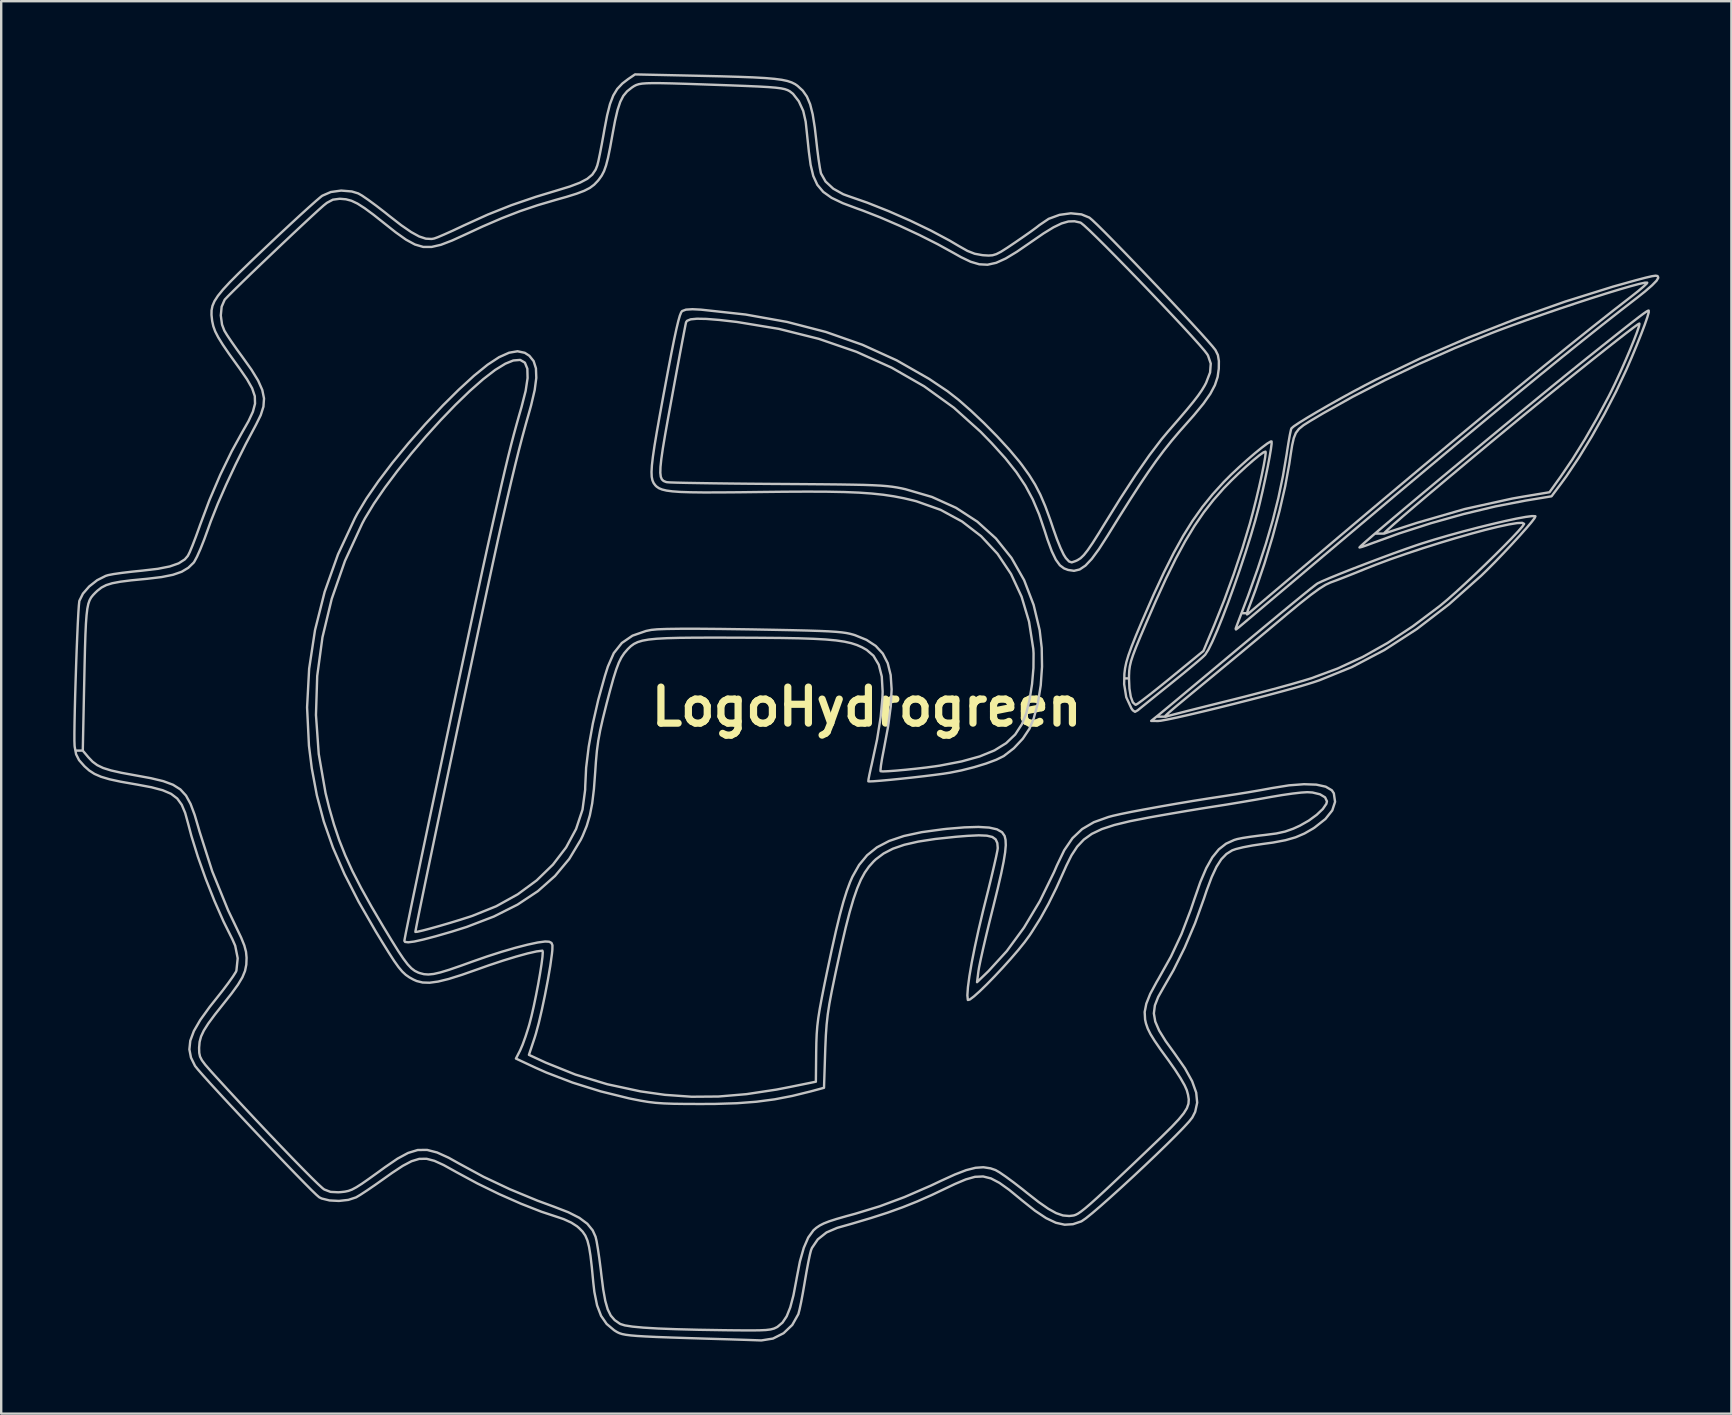
<source format=kicad_pcb>
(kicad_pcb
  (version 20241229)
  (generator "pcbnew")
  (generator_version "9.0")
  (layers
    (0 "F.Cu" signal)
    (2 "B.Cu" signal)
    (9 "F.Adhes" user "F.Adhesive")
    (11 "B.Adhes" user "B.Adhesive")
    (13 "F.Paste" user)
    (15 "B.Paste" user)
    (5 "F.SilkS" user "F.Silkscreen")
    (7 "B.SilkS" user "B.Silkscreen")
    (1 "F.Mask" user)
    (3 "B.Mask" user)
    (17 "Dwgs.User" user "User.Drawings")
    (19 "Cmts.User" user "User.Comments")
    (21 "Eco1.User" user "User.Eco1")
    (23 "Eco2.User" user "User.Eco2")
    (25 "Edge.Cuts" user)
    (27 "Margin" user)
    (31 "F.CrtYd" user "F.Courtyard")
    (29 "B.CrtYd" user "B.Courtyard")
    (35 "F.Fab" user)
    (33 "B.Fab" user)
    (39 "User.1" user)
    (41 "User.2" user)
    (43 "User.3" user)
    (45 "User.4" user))
  (footprint "LogoHydrogreen"
    (layer "F.Cu")
    (at 33.059 26.399)
    (property "Reference" "LogoHydrogreen" (at 0 0 0) (layer "F.SilkS") (effects (font (size 1.5 1.5) (thickness 0.3))))
    (attr board_only exclude_from_pos_files exclude_from_bom)
    (fp_poly (pts (xy 32.583 -16.436) (xy 32.524 -16.231) (xy 32.415 -15.916) (xy 32.263 -15.516) (xy 32.078 -15.053) (xy 31.868 -14.549) (xy 31.656 -14.061) (xy 31.226 -13.145) (xy 30.735 -12.198) (xy 30.21 -11.264) (xy 29.675 -10.387) (xy 29.155 -9.609) (xy 28.942 -9.317) (xy 28.533 -8.771) (xy 27.432 -8.589) (xy 26.196 -8.35) (xy 24.873 -8.033) (xy 23.515 -7.652) (xy 22.177 -7.222) (xy 21.103 -6.832) (xy 20.826 -6.729) (xy 20.623 -6.66) (xy 20.533 -6.639) (xy 20.532 -6.641) (xy 20.595 -6.707) (xy 20.778 -6.871) (xy 21.067 -7.123) (xy 21.177 -7.217) (xy 21.559 -7.217) (xy 21.685 -7.26) (xy 21.94 -7.345) (xy 22.293 -7.46) (xy 22.71 -7.595) (xy 22.913 -7.661) (xy 24.925 -8.243) (xy 26.894 -8.677) (xy 27.347 -8.757) (xy 28.448 -8.94) (xy 28.917 -9.594) (xy 29.404 -10.312) (xy 29.918 -11.138) (xy 30.426 -12.02) (xy 30.899 -12.904) (xy 30.989 -13.081) (xy 31.191 -13.497) (xy 31.401 -13.95) (xy 31.607 -14.413) (xy 31.798 -14.861) (xy 31.964 -15.267) (xy 32.093 -15.603) (xy 32.174 -15.844) (xy 32.196 -15.962) (xy 32.193 -15.968) (xy 32.12 -15.927) (xy 31.929 -15.788) (xy 31.635 -15.564) (xy 31.251 -15.265) (xy 30.791 -14.903) (xy 30.267 -14.487) (xy 29.695 -14.029) (xy 29.087 -13.541) (xy 28.458 -13.032) (xy 27.82 -12.513) (xy 27.187 -11.997) (xy 26.574 -11.492) (xy 25.993 -11.011) (xy 25.951 -10.976) (xy 25.021 -10.201) (xy 24.192 -9.508) (xy 23.47 -8.9) (xy 22.857 -8.38) (xy 22.357 -7.952) (xy 21.974 -7.618) (xy 21.711 -7.383) (xy 21.572 -7.248) (xy 21.559 -7.217) (xy 21.177 -7.217) (xy 21.452 -7.452) (xy 21.919 -7.848) (xy 22.458 -8.302) (xy 23.056 -8.803) (xy 23.701 -9.342) (xy 24.381 -9.909) (xy 25.085 -10.493) (xy 25.799 -11.085) (xy 26.513 -11.675) (xy 27.214 -12.253) (xy 27.891 -12.808) (xy 28.531 -13.332) (xy 29.122 -13.813) (xy 29.653 -14.242) (xy 30.058 -14.567) (xy 30.7 -15.079) (xy 31.222 -15.494) (xy 31.638 -15.823) (xy 31.959 -16.074) (xy 32.198 -16.258) (xy 32.368 -16.384) (xy 32.48 -16.462) (xy 32.548 -16.5) (xy 32.581 -16.51)) (stroke (width 0.1) (type solid)) (fill no) (layer "Dwgs.User"))
    (fp_poly (pts (xy 16.871 -10.959) (xy 16.84 -10.724) (xy 16.781 -10.382) (xy 16.701 -9.96) (xy 16.603 -9.487) (xy 16.495 -8.991) (xy 16.381 -8.502) (xy 16.338 -8.325) (xy 16.186 -7.753) (xy 15.999 -7.115) (xy 15.785 -6.434) (xy 15.553 -5.733) (xy 15.31 -5.034) (xy 15.066 -4.36) (xy 14.827 -3.734) (xy 14.604 -3.18) (xy 14.403 -2.719) (xy 14.233 -2.375) (xy 14.103 -2.171) (xy 13.997 -2.069) (xy 13.782 -1.882) (xy 13.48 -1.629) (xy 13.115 -1.329) (xy 12.711 -1.001) (xy 12.7 -0.992) (xy 12.295 -0.667) (xy 11.929 -0.372) (xy 11.625 -0.126) (xy 11.406 0.051) (xy 11.295 0.142) (xy 11.293 0.144) (xy 11.18 0.208) (xy 11.087 0.145) (xy 11.031 0.066) (xy 10.815 -0.4) (xy 10.727 -0.948) (xy 10.733 -1.185) (xy 10.929 -1.185) (xy 10.947 -0.763) (xy 11.003 -0.42) (xy 11.089 -0.185) (xy 11.197 -0.086) (xy 11.212 -0.085) (xy 11.299 -0.136) (xy 11.496 -0.28) (xy 11.782 -0.5) (xy 12.137 -0.781) (xy 12.539 -1.106) (xy 12.662 -1.206) (xy 14.03 -2.328) (xy 14.491 -3.429) (xy 14.901 -4.455) (xy 15.295 -5.534) (xy 15.655 -6.608) (xy 15.96 -7.621) (xy 16.086 -8.086) (xy 16.226 -8.638) (xy 16.352 -9.17) (xy 16.46 -9.655) (xy 16.545 -10.069) (xy 16.601 -10.386) (xy 16.623 -10.582) (xy 16.617 -10.632) (xy 16.534 -10.603) (xy 16.355 -10.476) (xy 16.106 -10.272) (xy 15.811 -10.013) (xy 15.494 -9.721) (xy 15.18 -9.416) (xy 14.893 -9.121) (xy 14.879 -9.107) (xy 14.446 -8.616) (xy 14.041 -8.098) (xy 13.653 -7.531) (xy 13.269 -6.898) (xy 12.88 -6.177) (xy 12.473 -5.351) (xy 12.038 -4.398) (xy 11.636 -3.471) (xy 11.4 -2.917) (xy 11.224 -2.49) (xy 11.099 -2.163) (xy 11.015 -1.908) (xy 10.965 -1.698) (xy 10.939 -1.504) (xy 10.93 -1.3) (xy 10.929 -1.185) (xy 10.733 -1.185) (xy 10.737 -1.376) (xy 10.766 -1.611) (xy 10.819 -1.86) (xy 10.906 -2.149) (xy 11.035 -2.506) (xy 11.216 -2.96) (xy 11.459 -3.538) (xy 11.479 -3.584) (xy 11.95 -4.664) (xy 12.385 -5.601) (xy 12.794 -6.416) (xy 13.19 -7.13) (xy 13.585 -7.762) (xy 13.99 -8.332) (xy 14.418 -8.861) (xy 14.879 -9.368) (xy 14.899 -9.388) (xy 15.187 -9.677) (xy 15.512 -9.982) (xy 15.849 -10.285) (xy 16.174 -10.564) (xy 16.462 -10.798) (xy 16.69 -10.969) (xy 16.834 -11.054) (xy 16.869 -11.057)) (stroke (width 0.1) (type solid)) (fill no) (layer "Dwgs.User"))
    (fp_poly (pts (xy 32.951 -17.948) (xy 32.976 -17.898) (xy 32.978 -17.871) (xy 32.91 -17.755) (xy 32.72 -17.56) (xy 32.423 -17.302) (xy 32.11 -17.053) (xy 31.395 -16.499) (xy 30.636 -15.903) (xy 29.827 -15.258) (xy 28.957 -14.558) (xy 28.021 -13.796) (xy 27.009 -12.966) (xy 25.913 -12.061) (xy 24.725 -11.073) (xy 23.438 -9.998) (xy 22.043 -8.828) (xy 20.533 -7.556) (xy 19.77 -6.912) (xy 19.048 -6.303) (xy 18.362 -5.724) (xy 17.723 -5.184) (xy 17.142 -4.694) (xy 16.63 -4.262) (xy 16.2 -3.899) (xy 15.862 -3.614) (xy 15.628 -3.417) (xy 15.51 -3.318) (xy 15.501 -3.31) (xy 15.386 -3.223) (xy 15.373 -3.257) (xy 15.404 -3.344) (xy 15.616 -3.902) (xy 15.844 -3.902) (xy 15.847 -3.85) (xy 15.905 -3.884) (xy 15.978 -3.949) (xy 16.078 -4.035) (xy 16.295 -4.22) (xy 16.616 -4.492) (xy 17.029 -4.842) (xy 17.521 -5.259) (xy 18.079 -5.732) (xy 18.692 -6.25) (xy 19.347 -6.803) (xy 19.727 -7.125) (xy 21.423 -8.555) (xy 22.998 -9.877) (xy 24.457 -11.096) (xy 25.806 -12.216) (xy 27.051 -13.243) (xy 28.196 -14.18) (xy 29.248 -15.032) (xy 30.212 -15.804) (xy 31.093 -16.501) (xy 31.858 -17.095) (xy 32.143 -17.32) (xy 32.364 -17.507) (xy 32.496 -17.632) (xy 32.521 -17.672) (xy 32.419 -17.671) (xy 32.176 -17.618) (xy 31.813 -17.521) (xy 31.348 -17.385) (xy 30.801 -17.218) (xy 30.19 -17.024) (xy 29.537 -16.811) (xy 28.858 -16.584) (xy 28.175 -16.35) (xy 27.506 -16.116) (xy 26.87 -15.886) (xy 26.287 -15.669) (xy 25.993 -15.555) (xy 24.496 -14.942) (xy 23.015 -14.286) (xy 21.586 -13.605) (xy 20.246 -12.916) (xy 19.03 -12.236) (xy 18.839 -12.123) (xy 18.469 -11.903) (xy 18.199 -11.733) (xy 18.01 -11.579) (xy 17.881 -11.411) (xy 17.794 -11.195) (xy 17.727 -10.9) (xy 17.662 -10.494) (xy 17.607 -10.122) (xy 17.438 -9.196) (xy 17.201 -8.166) (xy 16.908 -7.075) (xy 16.573 -5.969) (xy 16.207 -4.891) (xy 16.011 -4.364) (xy 15.898 -4.066) (xy 15.844 -3.902) (xy 15.616 -3.902) (xy 15.885 -4.609) (xy 16.292 -5.752) (xy 16.634 -6.797) (xy 16.919 -7.773) (xy 17.153 -8.705) (xy 17.344 -9.619) (xy 17.501 -10.542) (xy 17.516 -10.648) (xy 17.575 -11.018) (xy 17.63 -11.327) (xy 17.675 -11.536) (xy 17.696 -11.601) (xy 17.798 -11.689) (xy 18.027 -11.842) (xy 18.36 -12.048) (xy 18.774 -12.294) (xy 19.245 -12.565) (xy 19.752 -12.85) (xy 20.27 -13.134) (xy 20.778 -13.404) (xy 21.209 -13.626) (xy 23.069 -14.517) (xy 25.037 -15.369) (xy 27.065 -16.165) (xy 29.102 -16.884) (xy 31.098 -17.508) (xy 32.043 -17.772) (xy 32.446 -17.878) (xy 32.713 -17.94) (xy 32.873 -17.963)) (stroke (width 0.1) (type solid)) (fill no) (layer "Dwgs.User"))
    (fp_poly (pts (xy 27.855 -7.942) (xy 27.862 -7.938) (xy 27.826 -7.861) (xy 27.69 -7.684) (xy 27.473 -7.429) (xy 27.195 -7.116) (xy 26.874 -6.766) (xy 26.53 -6.4) (xy 26.182 -6.038) (xy 25.849 -5.703) (xy 25.605 -5.466) (xy 24.259 -4.269) (xy 22.917 -3.238) (xy 21.573 -2.369) (xy 20.222 -1.659) (xy 18.859 -1.105) (xy 18.621 -1.025) (xy 18.26 -0.913) (xy 17.792 -0.778) (xy 17.239 -0.626) (xy 16.624 -0.462) (xy 15.971 -0.293) (xy 15.302 -0.123) (xy 14.641 0.042) (xy 14.011 0.195) (xy 13.434 0.331) (xy 12.934 0.444) (xy 12.534 0.528) (xy 12.257 0.578) (xy 12.143 0.59) (xy 11.853 0.587) (xy 12.074 0.409) (xy 12.423 0.409) (xy 12.442 0.416) (xy 12.494 0.401) (xy 12.515 0.394) (xy 12.634 0.36) (xy 12.896 0.292) (xy 13.277 0.194) (xy 13.758 0.073) (xy 14.314 -0.066) (xy 14.925 -0.218) (xy 15.09 -0.259) (xy 15.768 -0.429) (xy 16.449 -0.606) (xy 17.099 -0.78) (xy 17.685 -0.941) (xy 18.172 -1.082) (xy 18.528 -1.191) (xy 19.619 -1.595) (xy 20.667 -2.079) (xy 21.703 -2.661) (xy 22.757 -3.358) (xy 23.859 -4.187) (xy 23.918 -4.234) (xy 24.198 -4.468) (xy 24.54 -4.771) (xy 24.927 -5.125) (xy 25.34 -5.511) (xy 25.759 -5.913) (xy 26.168 -6.312) (xy 26.546 -6.689) (xy 26.876 -7.026) (xy 27.139 -7.306) (xy 27.316 -7.51) (xy 27.389 -7.619) (xy 27.39 -7.625) (xy 27.313 -7.666) (xy 27.095 -7.655) (xy 26.754 -7.599) (xy 26.308 -7.503) (xy 25.777 -7.373) (xy 25.179 -7.212) (xy 24.532 -7.027) (xy 23.854 -6.823) (xy 23.165 -6.606) (xy 22.483 -6.379) (xy 21.825 -6.15) (xy 21.212 -5.922) (xy 20.768 -5.746) (xy 20.337 -5.571) (xy 19.923 -5.407) (xy 19.571 -5.271) (xy 19.327 -5.181) (xy 19.318 -5.178) (xy 19.115 -5.083) (xy 18.844 -4.912) (xy 18.492 -4.655) (xy 18.046 -4.302) (xy 17.491 -3.843) (xy 17.456 -3.813) (xy 16.953 -3.391) (xy 16.362 -2.897) (xy 15.725 -2.366) (xy 15.085 -1.835) (xy 14.485 -1.338) (xy 14.266 -1.157) (xy 13.707 -0.696) (xy 13.267 -0.332) (xy 12.933 -0.054) (xy 12.694 0.148) (xy 12.538 0.286) (xy 12.451 0.369) (xy 12.423 0.409) (xy 12.074 0.409) (xy 12.191 0.315) (xy 12.324 0.205) (xy 12.573 -0.001) (xy 12.922 -0.291) (xy 13.357 -0.654) (xy 13.863 -1.076) (xy 14.426 -1.546) (xy 15.03 -2.051) (xy 15.564 -2.498) (xy 16.185 -3.016) (xy 16.772 -3.504) (xy 17.309 -3.949) (xy 17.784 -4.34) (xy 18.183 -4.666) (xy 18.492 -4.916) (xy 18.698 -5.078) (xy 18.783 -5.14) (xy 18.979 -5.234) (xy 19.306 -5.374) (xy 19.737 -5.549) (xy 20.242 -5.749) (xy 20.794 -5.961) (xy 21.364 -6.177) (xy 21.923 -6.384) (xy 22.445 -6.572) (xy 22.9 -6.73) (xy 23.114 -6.801) (xy 23.653 -6.969) (xy 24.238 -7.139) (xy 24.847 -7.307) (xy 25.457 -7.466) (xy 26.045 -7.611) (xy 26.588 -7.738) (xy 27.063 -7.84) (xy 27.448 -7.911) (xy 27.72 -7.947)) (stroke (width 0.1) (type solid)) (fill no) (layer "Dwgs.User"))
    (fp_poly (pts (xy -6.985 -26.291) (xy -6.084 -26.27) (xy -5.335 -26.248) (xy -4.723 -26.225) (xy -4.23 -26.197) (xy -3.841 -26.164) (xy -3.538 -26.124) (xy -3.305 -26.075) (xy -3.126 -26.015) (xy -2.983 -25.944) (xy -2.884 -25.875) (xy -2.663 -25.672) (xy -2.49 -25.424) (xy -2.355 -25.104) (xy -2.249 -24.685) (xy -2.163 -24.141) (xy -2.111 -23.694) (xy -2.06 -23.236) (xy -2.006 -22.818) (xy -1.954 -22.478) (xy -1.912 -22.257) (xy -1.901 -22.219) (xy -1.713 -21.886) (xy -1.392 -21.588) (xy -0.976 -21.356) (xy -0.804 -21.293) (xy 0.025 -21.005) (xy 0.914 -20.652) (xy 1.814 -20.257) (xy 2.676 -19.842) (xy 3.449 -19.429) (xy 3.83 -19.204) (xy 4.198 -18.996) (xy 4.503 -18.876) (xy 4.812 -18.82) (xy 4.874 -18.814) (xy 5.078 -18.802) (xy 5.242 -18.813) (xy 5.402 -18.861) (xy 5.597 -18.961) (xy 5.861 -19.129) (xy 6.186 -19.348) (xy 6.532 -19.586) (xy 6.841 -19.803) (xy 7.075 -19.975) (xy 7.197 -20.071) (xy 7.583 -20.332) (xy 8.035 -20.498) (xy 8.507 -20.562) (xy 8.95 -20.517) (xy 9.278 -20.383) (xy 9.397 -20.283) (xy 9.616 -20.075) (xy 9.919 -19.775) (xy 10.291 -19.399) (xy 10.716 -18.963) (xy 11.179 -18.484) (xy 11.665 -17.976) (xy 12.159 -17.458) (xy 12.644 -16.944) (xy 13.107 -16.451) (xy 13.53 -15.995) (xy 13.9 -15.592) (xy 14.2 -15.258) (xy 14.416 -15.009) (xy 14.532 -14.863) (xy 14.534 -14.859) (xy 14.633 -14.655) (xy 14.674 -14.407) (xy 14.67 -14.088) (xy 14.622 -13.744) (xy 14.509 -13.403) (xy 14.317 -13.041) (xy 14.031 -12.633) (xy 13.636 -12.153) (xy 13.398 -11.884) (xy 13.034 -11.473) (xy 12.7 -11.078) (xy 12.382 -10.678) (xy 12.064 -10.254) (xy 11.733 -9.784) (xy 11.374 -9.249) (xy 10.972 -8.627) (xy 10.512 -7.898) (xy 10.034 -7.126) (xy 9.68 -6.575) (xy 9.379 -6.165) (xy 9.116 -5.885) (xy 8.875 -5.723) (xy 8.639 -5.666) (xy 8.391 -5.703) (xy 8.227 -5.766) (xy 8.051 -5.896) (xy 7.882 -6.129) (xy 7.711 -6.485) (xy 7.529 -6.98) (xy 7.419 -7.324) (xy 7.184 -8.018) (xy 6.921 -8.638) (xy 6.612 -9.215) (xy 6.236 -9.778) (xy 5.775 -10.359) (xy 5.208 -10.986) (xy 4.75 -11.457) (xy 3.634 -12.461) (xy 2.395 -13.354) (xy 1.04 -14.131) (xy -0.426 -14.791) (xy -1.994 -15.331) (xy -3.659 -15.747) (xy -5.413 -16.036) (xy -5.458 -16.041) (xy -6.145 -16.119) (xy -6.678 -16.162) (xy -7.071 -16.17) (xy -7.335 -16.144) (xy -7.484 -16.083) (xy -7.525 -16.023) (xy -7.55 -15.908) (xy -7.601 -15.646) (xy -7.676 -15.257) (xy -7.77 -14.761) (xy -7.879 -14.177) (xy -8 -13.525) (xy -8.123 -12.854) (xy -8.277 -12.011) (xy -8.4 -11.32) (xy -8.493 -10.763) (xy -8.556 -10.327) (xy -8.591 -9.996) (xy -8.598 -9.754) (xy -8.579 -9.586) (xy -8.533 -9.476) (xy -8.463 -9.41) (xy -8.369 -9.371) (xy -8.321 -9.359) (xy -8.201 -9.35) (xy -7.929 -9.341) (xy -7.52 -9.331) (xy -6.991 -9.322) (xy -6.359 -9.312) (xy -5.641 -9.303) (xy -4.853 -9.295) (xy -4.012 -9.288) (xy -3.683 -9.286) (xy -2.695 -9.279) (xy -1.86 -9.272) (xy -1.162 -9.265) (xy -0.585 -9.256) (xy -0.112 -9.246) (xy 0.273 -9.232) (xy 0.586 -9.216) (xy 0.843 -9.195) (xy 1.062 -9.17) (xy 1.257 -9.14) (xy 1.445 -9.104) (xy 1.609 -9.068) (xy 2.72 -8.744) (xy 3.722 -8.292) (xy 4.611 -7.714) (xy 5.383 -7.017) (xy 6.034 -6.203) (xy 6.56 -5.278) (xy 6.957 -4.244) (xy 7.207 -3.192) (xy 7.293 -2.454) (xy 7.306 -1.675) (xy 7.252 -0.896) (xy 7.134 -0.16) (xy 6.957 0.49) (xy 6.781 0.912) (xy 6.506 1.325) (xy 6.131 1.726) (xy 5.715 2.048) (xy 5.698 2.058) (xy 5.399 2.205) (xy 4.978 2.362) (xy 4.478 2.514) (xy 3.945 2.649) (xy 3.471 2.744) (xy 3.184 2.789) (xy 2.804 2.839) (xy 2.362 2.893) (xy 1.888 2.947) (xy 1.413 2.998) (xy 0.967 3.043) (xy 0.58 3.078) (xy 0.283 3.101) (xy 0.105 3.108) (xy 0.069 3.103) (xy 0.077 3.017) (xy 0.118 2.806) (xy 0.183 2.511) (xy 0.208 2.407) (xy 0.433 1.362) (xy 0.583 0.424) (xy 0.657 -0.389) (xy 0.665 -0.635) (xy 0.629 -1.262) (xy 0.503 -1.756) (xy 0.282 -2.129) (xy -0.003 -2.373) (xy -0.197 -2.482) (xy -0.406 -2.575) (xy -0.644 -2.652) (xy -0.927 -2.715) (xy -1.272 -2.766) (xy -1.693 -2.805) (xy -2.206 -2.834) (xy -2.827 -2.855) (xy -3.571 -2.869) (xy -4.455 -2.877) (xy -5.419 -2.882) (xy -6.361 -2.884) (xy -7.149 -2.882) (xy -7.8 -2.875) (xy -8.329 -2.86) (xy -8.752 -2.837) (xy -9.084 -2.803) (xy -9.341 -2.757) (xy -9.54 -2.697) (xy -9.696 -2.621) (xy -9.825 -2.528) (xy -9.942 -2.416) (xy -9.963 -2.394) (xy -10.101 -2.234) (xy -10.219 -2.058) (xy -10.327 -1.841) (xy -10.434 -1.559) (xy -10.552 -1.185) (xy -10.688 -0.695) (xy -10.84 -0.117) (xy -10.991 0.487) (xy -11.103 0.98) (xy -11.183 1.412) (xy -11.24 1.833) (xy -11.282 2.296) (xy -11.309 2.698) (xy -11.364 3.427) (xy -11.436 4.023) (xy -11.534 4.522) (xy -11.663 4.96) (xy -11.833 5.374) (xy -11.913 5.539) (xy -12.391 6.335) (xy -12.984 7.046) (xy -13.699 7.68) (xy -14.547 8.241) (xy -15.534 8.737) (xy -16.67 9.172) (xy -17.288 9.367) (xy -17.953 9.559) (xy -18.47 9.695) (xy -18.848 9.779) (xy -19.099 9.811) (xy -19.232 9.795) (xy -19.262 9.75) (xy -19.244 9.647) (xy -19.195 9.392) (xy -19.115 8.999) (xy -19.009 8.48) (xy -18.879 7.85) (xy -18.727 7.122) (xy -18.558 6.309) (xy -18.372 5.425) (xy -18.175 4.484) (xy -17.967 3.499) (xy -17.753 2.484) (xy -17.535 1.452) (xy -17.316 0.417) (xy -17.098 -0.609) (xy -16.885 -1.61) (xy -16.679 -2.575) (xy -16.484 -3.488) (xy -16.302 -4.338) (xy -16.135 -5.109) (xy -15.988 -5.79) (xy -15.862 -6.365) (xy -15.789 -6.698) (xy -15.568 -7.69) (xy -15.377 -8.537) (xy -15.212 -9.261) (xy -15.067 -9.883) (xy -14.937 -10.424) (xy -14.817 -10.905) (xy -14.701 -11.348) (xy -14.585 -11.773) (xy -14.464 -12.203) (xy -14.381 -12.488) (xy -14.209 -13.163) (xy -14.128 -13.696) (xy -14.138 -14.088) (xy -14.241 -14.34) (xy -14.436 -14.454) (xy -14.724 -14.43) (xy -15.053 -14.297) (xy -15.48 -14.035) (xy -15.981 -13.648) (xy -16.537 -13.158) (xy -17.132 -12.584) (xy -17.748 -11.945) (xy -18.368 -11.261) (xy -18.973 -10.551) (xy -19.547 -9.835) (xy -20.072 -9.133) (xy -20.531 -8.464) (xy -20.906 -7.847) (xy -21.018 -7.637) (xy -21.736 -6.08) (xy -22.288 -4.499) (xy -22.674 -2.899) (xy -22.893 -1.285) (xy -22.945 0.339) (xy -22.829 1.967) (xy -22.545 3.594) (xy -22.392 4.214) (xy -22.194 4.904) (xy -21.976 5.553) (xy -21.724 6.189) (xy -21.425 6.844) (xy -21.064 7.546) (xy -20.63 8.326) (xy -20.137 9.164) (xy -19.794 9.73) (xy -19.521 10.168) (xy -19.302 10.495) (xy -19.123 10.731) (xy -18.97 10.893) (xy -18.827 11.001) (xy -18.682 11.072) (xy -18.618 11.094) (xy -18.445 11.139) (xy -18.261 11.152) (xy -18.041 11.13) (xy -17.759 11.065) (xy -17.39 10.953) (xy -16.91 10.788) (xy -16.425 10.613) (xy -15.809 10.398) (xy -15.205 10.205) (xy -14.636 10.039) (xy -14.128 9.909) (xy -13.707 9.819) (xy -13.396 9.777) (xy -13.23 9.786) (xy -13.133 9.836) (xy -13.092 9.935) (xy -13.096 10.13) (xy -13.113 10.292) (xy -13.183 10.797) (xy -13.283 11.382) (xy -13.402 12.002) (xy -13.531 12.612) (xy -13.66 13.167) (xy -13.782 13.62) (xy -13.835 13.791) (xy -14.072 14.5) (xy -13.374 14.823) (xy -12.142 15.319) (xy -10.809 15.724) (xy -9.423 16.022) (xy -8.407 16.166) (xy -7.297 16.245) (xy -6.177 16.236) (xy -5.008 16.137) (xy -3.752 15.946) (xy -3.221 15.843) (xy -2.117 15.619) (xy -2.104 14.393) (xy -2.097 13.991) (xy -2.083 13.642) (xy -2.058 13.312) (xy -2.017 12.969) (xy -1.955 12.58) (xy -1.868 12.113) (xy -1.753 11.534) (xy -1.658 11.075) (xy -1.458 10.131) (xy -1.28 9.336) (xy -1.119 8.673) (xy -0.971 8.126) (xy -0.83 7.676) (xy -0.693 7.306) (xy -0.592 7.076) (xy -0.317 6.589) (xy 0.018 6.184) (xy 0.428 5.854) (xy 0.933 5.59) (xy 1.549 5.382) (xy 2.295 5.221) (xy 3.187 5.1) (xy 3.332 5.084) (xy 4.07 5.022) (xy 4.657 5.004) (xy 5.106 5.031) (xy 5.429 5.104) (xy 5.641 5.225) (xy 5.747 5.38) (xy 5.786 5.544) (xy 5.795 5.765) (xy 5.769 6.061) (xy 5.706 6.449) (xy 5.604 6.947) (xy 5.46 7.572) (xy 5.271 8.341) (xy 5.258 8.391) (xy 5.107 8.997) (xy 4.968 9.574) (xy 4.847 10.094) (xy 4.75 10.528) (xy 4.684 10.849) (xy 4.657 11.007) (xy 4.598 11.472) (xy 5.079 11.007) (xy 5.838 10.176) (xy 6.554 9.199) (xy 7.214 8.097) (xy 7.804 6.891) (xy 7.921 6.619) (xy 8.232 5.974) (xy 8.574 5.474) (xy 8.977 5.093) (xy 9.467 4.806) (xy 10.074 4.589) (xy 10.251 4.542) (xy 10.572 4.469) (xy 11.029 4.376) (xy 11.591 4.27) (xy 12.225 4.155) (xy 12.901 4.037) (xy 13.587 3.922) (xy 14.251 3.816) (xy 14.817 3.73) (xy 15.346 3.649) (xy 15.911 3.558) (xy 16.443 3.466) (xy 16.873 3.387) (xy 17.596 3.271) (xy 18.222 3.224) (xy 18.735 3.242) (xy 19.126 3.327) (xy 19.379 3.476) (xy 19.463 3.602) (xy 19.515 3.958) (xy 19.398 4.316) (xy 19.113 4.673) (xy 18.661 5.03) (xy 18.6 5.07) (xy 18.239 5.278) (xy 17.871 5.436) (xy 17.449 5.557) (xy 16.933 5.654) (xy 16.489 5.715) (xy 16.071 5.777) (xy 15.684 5.851) (xy 15.378 5.927) (xy 15.23 5.979) (xy 14.989 6.13) (xy 14.775 6.351) (xy 14.574 6.665) (xy 14.375 7.092) (xy 14.164 7.653) (xy 14.052 7.987) (xy 13.68 9.019) (xy 13.249 10.032) (xy 12.783 10.973) (xy 12.375 11.682) (xy 12.146 12.086) (xy 12.007 12.44) (xy 11.965 12.772) (xy 12.023 13.112) (xy 12.186 13.489) (xy 12.458 13.929) (xy 12.825 14.436) (xy 13.26 15.059) (xy 13.56 15.6) (xy 13.729 16.073) (xy 13.77 16.492) (xy 13.687 16.873) (xy 13.567 17.11) (xy 13.438 17.274) (xy 13.203 17.53) (xy 12.881 17.86) (xy 12.49 18.247) (xy 12.05 18.674) (xy 11.578 19.123) (xy 11.094 19.577) (xy 10.615 20.018) (xy 10.16 20.43) (xy 9.749 20.794) (xy 9.399 21.094) (xy 9.129 21.312) (xy 8.957 21.43) (xy 8.94 21.439) (xy 8.593 21.556) (xy 8.248 21.577) (xy 7.883 21.496) (xy 7.477 21.303) (xy 7.011 20.993) (xy 6.462 20.556) (xy 6.435 20.533) (xy 5.94 20.126) (xy 5.532 19.834) (xy 5.18 19.649) (xy 4.851 19.567) (xy 4.511 19.582) (xy 4.128 19.69) (xy 3.669 19.884) (xy 3.369 20.027) (xy 2.713 20.339) (xy 2.104 20.608) (xy 1.504 20.848) (xy 0.876 21.074) (xy 0.181 21.298) (xy -0.616 21.535) (xy -1.229 21.708) (xy -1.674 21.899) (xy -2.038 22.189) (xy -2.281 22.546) (xy -2.322 22.65) (xy -2.367 22.829) (xy -2.431 23.133) (xy -2.504 23.523) (xy -2.579 23.955) (xy -2.585 23.994) (xy -2.66 24.425) (xy -2.733 24.812) (xy -2.798 25.116) (xy -2.845 25.296) (xy -2.849 25.306) (xy -3.1 25.752) (xy -3.462 26.097) (xy -3.902 26.32) (xy -4.387 26.398) (xy -4.445 26.396) (xy -4.695 26.387) (xy -5.057 26.374) (xy -5.472 26.361) (xy -5.715 26.353) (xy -6.694 26.324) (xy -7.518 26.298) (xy -8.202 26.275) (xy -8.76 26.254) (xy -9.208 26.233) (xy -9.56 26.212) (xy -9.831 26.189) (xy -10.034 26.163) (xy -10.186 26.133) (xy -10.3 26.097) (xy -10.39 26.055) (xy -10.473 26.005) (xy -10.526 25.97) (xy -10.834 25.71) (xy -11.066 25.374) (xy -11.233 24.937) (xy -11.346 24.375) (xy -11.391 23.98) (xy -11.451 23.354) (xy -11.507 22.872) (xy -11.566 22.507) (xy -11.635 22.235) (xy -11.722 22.03) (xy -11.834 21.867) (xy -11.979 21.72) (xy -12.068 21.643) (xy -12.305 21.49) (xy -12.618 21.347) (xy -12.786 21.289) (xy -13.552 21.036) (xy -14.409 20.7) (xy -15.315 20.3) (xy -16.226 19.855) (xy -17.098 19.384) (xy -17.174 19.341) (xy -17.634 19.087) (xy -18.01 18.916) (xy -18.335 18.83) (xy -18.642 18.834) (xy -18.962 18.931) (xy -19.329 19.125) (xy -19.774 19.418) (xy -20.121 19.665) (xy -20.482 19.92) (xy -20.82 20.151) (xy -21.097 20.332) (xy -21.275 20.438) (xy -21.277 20.439) (xy -21.597 20.543) (xy -21.986 20.586) (xy -22.378 20.566) (xy -22.707 20.485) (xy -22.81 20.433) (xy -22.921 20.336) (xy -23.133 20.132) (xy -23.428 19.835) (xy -23.793 19.462) (xy -24.211 19.029) (xy -24.667 18.553) (xy -25.146 18.049) (xy -25.633 17.534) (xy -26.113 17.023) (xy -26.57 16.534) (xy -26.989 16.081) (xy -27.355 15.682) (xy -27.651 15.352) (xy -27.865 15.108) (xy -27.979 14.966) (xy -27.986 14.955) (xy -28.152 14.615) (xy -28.219 14.273) (xy -28.181 13.91) (xy -28.031 13.506) (xy -27.763 13.044) (xy -27.373 12.503) (xy -27.148 12.22) (xy -26.856 11.851) (xy -26.601 11.514) (xy -26.404 11.237) (xy -26.284 11.048) (xy -26.259 10.992) (xy -26.206 10.474) (xy -26.31 9.951) (xy -26.427 9.686) (xy -26.798 8.94) (xy -27.176 8.081) (xy -27.538 7.166) (xy -27.865 6.247) (xy -28.135 5.379) (xy -28.273 4.86) (xy -28.394 4.42) (xy -28.537 4.08) (xy -28.724 3.821) (xy -28.981 3.625) (xy -29.331 3.475) (xy -29.8 3.351) (xy -30.41 3.237) (xy -30.48 3.225) (xy -31.082 3.119) (xy -31.545 3.019) (xy -31.899 2.914) (xy -32.172 2.795) (xy -32.394 2.651) (xy -32.588 2.478) (xy -32.815 2.221) (xy -32.938 1.978) (xy -32.967 1.825) (xy -32.66 1.825) (xy -32.428 2.101) (xy -32.253 2.285) (xy -32.057 2.43) (xy -31.812 2.548) (xy -31.486 2.65) (xy -31.051 2.748) (xy -30.488 2.851) (xy -29.824 2.973) (xy -29.304 3.097) (xy -28.902 3.246) (xy -28.596 3.439) (xy -28.359 3.698) (xy -28.169 4.045) (xy -27.999 4.5) (xy -27.826 5.086) (xy -27.798 5.187) (xy -27.267 6.851) (xy -26.606 8.475) (xy -26.266 9.186) (xy -26.061 9.616) (xy -25.929 9.943) (xy -25.859 10.208) (xy -25.836 10.452) (xy -25.836 10.458) (xy -25.847 10.741) (xy -25.9 11.002) (xy -26.01 11.269) (xy -26.192 11.573) (xy -26.461 11.944) (xy -26.791 12.361) (xy -27.16 12.827) (xy -27.43 13.193) (xy -27.616 13.486) (xy -27.732 13.733) (xy -27.793 13.961) (xy -27.813 14.196) (xy -27.813 14.24) (xy -27.807 14.421) (xy -27.775 14.571) (xy -27.697 14.725) (xy -27.555 14.915) (xy -27.327 15.176) (xy -27.157 15.364) (xy -26.606 15.965) (xy -26.042 16.574) (xy -25.48 17.175) (xy -24.931 17.757) (xy -24.41 18.304) (xy -23.929 18.805) (xy -23.501 19.243) (xy -23.139 19.608) (xy -22.857 19.883) (xy -22.668 20.057) (xy -22.598 20.11) (xy -22.338 20.209) (xy -22.014 20.226) (xy -21.902 20.218) (xy -21.736 20.199) (xy -21.591 20.168) (xy -21.441 20.112) (xy -21.263 20.017) (xy -21.032 19.87) (xy -20.725 19.656) (xy -20.318 19.363) (xy -20.066 19.18) (xy -19.546 18.824) (xy -19.105 18.586) (xy -18.707 18.465) (xy -18.317 18.46) (xy -17.897 18.568) (xy -17.413 18.788) (xy -16.962 19.04) (xy -15.965 19.58) (xy -14.861 20.101) (xy -13.712 20.576) (xy -13.039 20.823) (xy -12.431 21.057) (xy -11.972 21.29) (xy -11.64 21.537) (xy -11.416 21.812) (xy -11.296 22.078) (xy -11.253 22.263) (xy -11.199 22.578) (xy -11.139 22.986) (xy -11.079 23.448) (xy -11.055 23.659) (xy -10.976 24.276) (xy -10.891 24.749) (xy -10.79 25.103) (xy -10.663 25.362) (xy -10.5 25.551) (xy -10.292 25.696) (xy -10.258 25.715) (xy -10.077 25.772) (xy -9.76 25.822) (xy -9.301 25.865) (xy -8.696 25.901) (xy -7.939 25.93) (xy -7.026 25.954) (xy -5.95 25.972) (xy -5.419 25.978) (xy -4.881 25.981) (xy -4.485 25.978) (xy -4.201 25.965) (xy -4.001 25.94) (xy -3.857 25.902) (xy -3.741 25.846) (xy -3.716 25.831) (xy -3.507 25.655) (xy -3.332 25.392) (xy -3.183 25.02) (xy -3.051 24.52) (xy -2.928 23.873) (xy -2.922 23.834) (xy -2.782 23.108) (xy -2.62 22.538) (xy -2.434 22.109) (xy -2.216 21.809) (xy -2.098 21.706) (xy -1.955 21.61) (xy -1.787 21.524) (xy -1.565 21.437) (xy -1.26 21.339) (xy -0.841 21.219) (xy -0.466 21.117) (xy 0.541 20.81) (xy 1.574 20.426) (xy 2.674 19.948) (xy 3.09 19.751) (xy 3.676 19.484) (xy 4.147 19.303) (xy 4.534 19.205) (xy 4.862 19.182) (xy 5.162 19.229) (xy 5.368 19.3) (xy 5.532 19.394) (xy 5.796 19.575) (xy 6.128 19.819) (xy 6.497 20.105) (xy 6.668 20.243) (xy 7.164 20.632) (xy 7.566 20.912) (xy 7.896 21.095) (xy 8.179 21.192) (xy 8.439 21.214) (xy 8.624 21.192) (xy 8.705 21.166) (xy 8.806 21.114) (xy 8.937 21.024) (xy 9.11 20.888) (xy 9.335 20.695) (xy 9.624 20.435) (xy 9.988 20.099) (xy 10.437 19.677) (xy 10.985 19.159) (xy 11.64 18.535) (xy 11.787 18.394) (xy 12.3 17.902) (xy 12.7 17.507) (xy 12.999 17.191) (xy 13.209 16.936) (xy 13.341 16.724) (xy 13.407 16.536) (xy 13.419 16.354) (xy 13.388 16.161) (xy 13.337 15.973) (xy 13.246 15.769) (xy 13.075 15.471) (xy 12.848 15.118) (xy 12.59 14.75) (xy 12.577 14.732) (xy 12.241 14.271) (xy 11.996 13.914) (xy 11.824 13.635) (xy 11.71 13.404) (xy 11.637 13.194) (xy 11.6 13.028) (xy 11.582 12.715) (xy 11.65 12.369) (xy 11.812 11.962) (xy 12.079 11.466) (xy 12.154 11.339) (xy 12.677 10.405) (xy 13.117 9.465) (xy 13.505 8.45) (xy 13.645 8.035) (xy 13.9 7.303) (xy 14.148 6.721) (xy 14.401 6.271) (xy 14.672 5.938) (xy 14.972 5.702) (xy 15.315 5.546) (xy 15.443 5.508) (xy 15.661 5.464) (xy 15.992 5.413) (xy 16.382 5.362) (xy 16.595 5.338) (xy 17.065 5.277) (xy 17.435 5.196) (xy 17.771 5.078) (xy 18.047 4.952) (xy 18.421 4.74) (xy 18.75 4.499) (xy 19.004 4.257) (xy 19.152 4.041) (xy 19.177 3.939) (xy 19.099 3.772) (xy 18.886 3.644) (xy 18.572 3.569) (xy 18.358 3.556) (xy 18.104 3.572) (xy 17.733 3.615) (xy 17.292 3.679) (xy 16.829 3.757) (xy 16.789 3.765) (xy 16.24 3.863) (xy 15.607 3.971) (xy 14.973 4.076) (xy 14.478 4.153) (xy 13.974 4.233) (xy 13.364 4.333) (xy 12.711 4.444) (xy 12.074 4.555) (xy 11.761 4.611) (xy 10.967 4.766) (xy 10.32 4.923) (xy 9.799 5.093) (xy 9.381 5.292) (xy 9.046 5.532) (xy 8.77 5.826) (xy 8.533 6.188) (xy 8.313 6.63) (xy 8.264 6.742) (xy 7.907 7.536) (xy 7.572 8.212) (xy 7.237 8.815) (xy 6.877 9.388) (xy 6.786 9.525) (xy 6.579 9.807) (xy 6.311 10.139) (xy 6 10.5) (xy 5.666 10.871) (xy 5.327 11.233) (xy 5.002 11.566) (xy 4.71 11.85) (xy 4.469 12.065) (xy 4.299 12.193) (xy 4.217 12.214) (xy 4.214 12.209) (xy 4.195 12.017) (xy 4.218 11.681) (xy 4.28 11.22) (xy 4.377 10.652) (xy 4.507 9.998) (xy 4.665 9.276) (xy 4.848 8.504) (xy 4.917 8.227) (xy 5.064 7.64) (xy 5.196 7.099) (xy 5.307 6.629) (xy 5.392 6.252) (xy 5.445 5.994) (xy 5.461 5.884) (xy 5.443 5.675) (xy 5.374 5.523) (xy 5.236 5.422) (xy 5.007 5.368) (xy 4.667 5.354) (xy 4.196 5.376) (xy 3.712 5.415) (xy 2.856 5.506) (xy 2.147 5.615) (xy 1.566 5.748) (xy 1.092 5.911) (xy 0.705 6.111) (xy 0.382 6.353) (xy 0.287 6.444) (xy 0.096 6.657) (xy -0.078 6.904) (xy -0.24 7.201) (xy -0.395 7.563) (xy -0.549 8.007) (xy -0.708 8.549) (xy -0.876 9.205) (xy -1.059 9.991) (xy -1.262 10.923) (xy -1.329 11.239) (xy -1.458 11.865) (xy -1.554 12.374) (xy -1.622 12.815) (xy -1.669 13.236) (xy -1.701 13.685) (xy -1.724 14.21) (xy -1.73 14.392) (xy -1.778 15.873) (xy -2.326 16.021) (xy -3.098 16.211) (xy -3.839 16.354) (xy -4.593 16.453) (xy -5.403 16.515) (xy -6.312 16.544) (xy -6.9 16.547) (xy -7.54 16.545) (xy -8.046 16.538) (xy -8.453 16.523) (xy -8.795 16.499) (xy -9.107 16.461) (xy -9.426 16.408) (xy -9.785 16.337) (xy -9.906 16.312) (xy -11.085 16.021) (xy -12.251 15.657) (xy -13.341 15.239) (xy -13.787 15.041) (xy -14.613 14.655) (xy -14.439 14.316) (xy -14.335 14.075) (xy -14.212 13.733) (xy -14.09 13.351) (xy -14.055 13.232) (xy -13.965 12.885) (xy -13.87 12.471) (xy -13.776 12.019) (xy -13.687 11.558) (xy -13.61 11.118) (xy -13.548 10.729) (xy -13.508 10.42) (xy -13.495 10.221) (xy -13.51 10.16) (xy -13.751 10.19) (xy -14.122 10.273) (xy -14.595 10.403) (xy -15.144 10.571) (xy -15.74 10.769) (xy -16.187 10.928) (xy -16.868 11.167) (xy -17.417 11.339) (xy -17.857 11.447) (xy -18.211 11.495) (xy -18.5 11.486) (xy -18.748 11.425) (xy -18.885 11.364) (xy -19.054 11.27) (xy -19.203 11.166) (xy -19.349 11.03) (xy -19.505 10.843) (xy -19.689 10.585) (xy -19.915 10.235) (xy -20.2 9.775) (xy -20.455 9.356) (xy -21.166 8.122) (xy -21.757 6.967) (xy -22.238 5.862) (xy -22.618 4.779) (xy -22.908 3.688) (xy -23.119 2.56) (xy -23.237 1.621) (xy -23.315 0.024) (xy -23.229 -1.588) (xy -22.984 -3.198) (xy -22.583 -4.79) (xy -22.029 -6.348) (xy -21.325 -7.854) (xy -21.225 -8.042) (xy -20.843 -8.678) (xy -20.348 -9.394) (xy -19.762 -10.166) (xy -19.104 -10.967) (xy -18.394 -11.773) (xy -17.654 -12.56) (xy -17.001 -13.208) (xy -16.357 -13.798) (xy -15.797 -14.251) (xy -15.314 -14.568) (xy -14.899 -14.754) (xy -14.546 -14.814) (xy -14.245 -14.75) (xy -14.055 -14.627) (xy -13.876 -14.404) (xy -13.78 -14.102) (xy -13.765 -13.705) (xy -13.832 -13.197) (xy -13.981 -12.562) (xy -14.039 -12.352) (xy -14.202 -11.776) (xy -14.352 -11.225) (xy -14.497 -10.667) (xy -14.645 -10.073) (xy -14.804 -9.412) (xy -14.98 -8.655) (xy -15.181 -7.771) (xy -15.246 -7.484) (xy -15.341 -7.058) (xy -15.461 -6.51) (xy -15.603 -5.856) (xy -15.764 -5.107) (xy -15.942 -4.278) (xy -16.134 -3.381) (xy -16.337 -2.429) (xy -16.548 -1.436) (xy -16.765 -0.416) (xy -16.984 0.619) (xy -17.203 1.655) (xy -17.419 2.68) (xy -17.629 3.679) (xy -17.83 4.64) (xy -18.021 5.549) (xy -18.197 6.393) (xy -18.356 7.158) (xy -18.495 7.832) (xy -18.612 8.401) (xy -18.703 8.853) (xy -18.766 9.173) (xy -18.799 9.348) (xy -18.802 9.378) (xy -18.711 9.369) (xy -18.491 9.318) (xy -18.171 9.234) (xy -17.784 9.126) (xy -17.36 9.002) (xy -16.931 8.871) (xy -16.529 8.743) (xy -16.425 8.708) (xy -15.435 8.309) (xy -14.539 7.812) (xy -13.748 7.23) (xy -13.072 6.574) (xy -12.522 5.857) (xy -12.108 5.09) (xy -11.84 4.285) (xy -11.729 3.454) (xy -11.726 3.308) (xy -11.689 2.538) (xy -11.581 1.656) (xy -11.41 0.7) (xy -11.183 -0.293) (xy -10.907 -1.285) (xy -10.782 -1.68) (xy -10.537 -2.238) (xy -10.2 -2.661) (xy -9.757 -2.965) (xy -9.192 -3.161) (xy -8.97 -3.206) (xy -8.727 -3.229) (xy -8.318 -3.245) (xy -7.744 -3.253) (xy -7.008 -3.253) (xy -6.112 -3.245) (xy -5.058 -3.23) (xy -4.741 -3.225) (xy -3.84 -3.208) (xy -3.09 -3.193) (xy -2.476 -3.178) (xy -1.981 -3.162) (xy -1.587 -3.145) (xy -1.277 -3.125) (xy -1.035 -3.102) (xy -0.844 -3.075) (xy -0.686 -3.042) (xy -0.544 -3.003) (xy -0.484 -2.984) (xy -0.007 -2.789) (xy 0.377 -2.538) (xy 0.671 -2.219) (xy 0.877 -1.819) (xy 0.999 -1.327) (xy 1.039 -0.729) (xy 1.002 -0.014) (xy 0.89 0.831) (xy 0.708 1.807) (xy 0.64 2.161) (xy 0.594 2.449) (xy 0.575 2.634) (xy 0.579 2.682) (xy 0.677 2.691) (xy 0.908 2.681) (xy 1.238 2.657) (xy 1.633 2.621) (xy 2.059 2.577) (xy 2.482 2.528) (xy 2.867 2.476) (xy 3.048 2.449) (xy 3.955 2.275) (xy 4.708 2.067) (xy 5.323 1.816) (xy 5.811 1.514) (xy 6.188 1.153) (xy 6.468 0.723) (xy 6.647 0.274) (xy 6.787 -0.296) (xy 6.89 -0.95) (xy 6.948 -1.617) (xy 6.953 -2.225) (xy 6.941 -2.413) (xy 6.765 -3.546) (xy 6.454 -4.589) (xy 6.014 -5.535) (xy 5.45 -6.378) (xy 4.769 -7.109) (xy 3.975 -7.721) (xy 3.076 -8.208) (xy 2.077 -8.562) (xy 1.954 -8.594) (xy 1.544 -8.691) (xy 1.13 -8.771) (xy 0.695 -8.836) (xy 0.218 -8.886) (xy -0.317 -8.924) (xy -0.931 -8.949) (xy -1.642 -8.963) (xy -2.467 -8.967) (xy -3.427 -8.962) (xy -4.403 -8.951) (xy -5.354 -8.939) (xy -6.15 -8.933) (xy -6.808 -8.932) (xy -7.34 -8.939) (xy -7.763 -8.953) (xy -8.091 -8.977) (xy -8.339 -9.01) (xy -8.523 -9.054) (xy -8.656 -9.109) (xy -8.754 -9.177) (xy -8.804 -9.227) (xy -8.874 -9.32) (xy -8.925 -9.434) (xy -8.956 -9.585) (xy -8.964 -9.789) (xy -8.948 -10.062) (xy -8.907 -10.419) (xy -8.84 -10.876) (xy -8.744 -11.449) (xy -8.619 -12.154) (xy -8.463 -13.006) (xy -8.433 -13.165) (xy -8.272 -14.028) (xy -8.136 -14.737) (xy -8.022 -15.305) (xy -7.927 -15.745) (xy -7.849 -16.071) (xy -7.785 -16.296) (xy -7.731 -16.431) (xy -7.688 -16.49) (xy -7.529 -16.549) (xy -7.255 -16.566) (xy -6.903 -16.548) (xy -5.047 -16.345) (xy -3.315 -16.036) (xy -1.696 -15.617) (xy -0.178 -15.085) (xy 1.25 -14.436) (xy 2.598 -13.666) (xy 3.373 -13.146) (xy 3.825 -12.793) (xy 4.343 -12.339) (xy 4.891 -11.82) (xy 5.434 -11.269) (xy 5.936 -10.723) (xy 6.361 -10.217) (xy 6.47 -10.075) (xy 6.769 -9.659) (xy 7.017 -9.261) (xy 7.234 -8.842) (xy 7.439 -8.361) (xy 7.653 -7.779) (xy 7.787 -7.382) (xy 7.929 -6.981) (xy 8.075 -6.62) (xy 8.207 -6.342) (xy 8.298 -6.198) (xy 8.433 -6.055) (xy 8.543 -6.018) (xy 8.705 -6.074) (xy 8.784 -6.111) (xy 8.911 -6.191) (xy 9.049 -6.324) (xy 9.212 -6.53) (xy 9.418 -6.831) (xy 9.681 -7.247) (xy 9.866 -7.549) (xy 10.568 -8.681) (xy 11.205 -9.658) (xy 11.777 -10.48) (xy 12.285 -11.147) (xy 12.545 -11.458) (xy 12.993 -11.974) (xy 13.343 -12.384) (xy 13.611 -12.71) (xy 13.812 -12.971) (xy 13.962 -13.187) (xy 14.078 -13.378) (xy 14.142 -13.5) (xy 14.308 -13.933) (xy 14.335 -14.301) (xy 14.222 -14.634) (xy 14.189 -14.69) (xy 14.072 -14.843) (xy 13.857 -15.093) (xy 13.558 -15.426) (xy 13.191 -15.825) (xy 12.771 -16.275) (xy 12.312 -16.761) (xy 11.83 -17.266) (xy 11.339 -17.777) (xy 10.855 -18.275) (xy 10.392 -18.748) (xy 9.966 -19.178) (xy 9.591 -19.55) (xy 9.282 -19.85) (xy 9.054 -20.06) (xy 8.923 -20.166) (xy 8.906 -20.175) (xy 8.658 -20.23) (xy 8.405 -20.222) (xy 8.122 -20.141) (xy 7.785 -19.979) (xy 7.37 -19.725) (xy 6.853 -19.369) (xy 6.824 -19.349) (xy 6.258 -18.96) (xy 5.791 -18.678) (xy 5.394 -18.499) (xy 5.037 -18.42) (xy 4.692 -18.437) (xy 4.33 -18.544) (xy 3.922 -18.74) (xy 3.622 -18.909) (xy 2.958 -19.275) (xy 2.19 -19.662) (xy 1.374 -20.042) (xy 0.568 -20.39) (xy -0.171 -20.679) (xy -0.376 -20.752) (xy -0.992 -20.982) (xy -1.462 -21.207) (xy -1.81 -21.455) (xy -2.057 -21.75) (xy -2.225 -22.117) (xy -2.336 -22.583) (xy -2.408 -23.119) (xy -2.452 -23.535) (xy -2.494 -23.932) (xy -2.528 -24.252) (xy -2.542 -24.38) (xy -2.643 -24.827) (xy -2.828 -25.23) (xy -3.07 -25.541) (xy -3.204 -25.646) (xy -3.297 -25.695) (xy -3.412 -25.735) (xy -3.569 -25.768) (xy -3.789 -25.796) (xy -4.091 -25.821) (xy -4.496 -25.844) (xy -5.022 -25.867) (xy -5.691 -25.893) (xy -5.971 -25.903) (xy -6.829 -25.933) (xy -7.534 -25.957) (xy -8.103 -25.974) (xy -8.553 -25.984) (xy -8.901 -25.986) (xy -9.162 -25.98) (xy -9.355 -25.966) (xy -9.495 -25.942) (xy -9.6 -25.908) (xy -9.686 -25.865) (xy -9.769 -25.811) (xy -9.783 -25.802) (xy -9.981 -25.645) (xy -10.139 -25.456) (xy -10.267 -25.206) (xy -10.379 -24.868) (xy -10.484 -24.415) (xy -10.587 -23.866) (xy -10.689 -23.302) (xy -10.776 -22.875) (xy -10.858 -22.558) (xy -10.942 -22.32) (xy -11.04 -22.133) (xy -11.159 -21.966) (xy -11.201 -21.914) (xy -11.354 -21.754) (xy -11.533 -21.62) (xy -11.767 -21.5) (xy -12.085 -21.379) (xy -12.518 -21.244) (xy -12.94 -21.125) (xy -13.715 -20.897) (xy -14.452 -20.648) (xy -15.2 -20.358) (xy -16.007 -20.01) (xy -16.696 -19.691) (xy -17.271 -19.429) (xy -17.738 -19.25) (xy -18.129 -19.16) (xy -18.479 -19.162) (xy -18.822 -19.262) (xy -19.192 -19.463) (xy -19.623 -19.77) (xy -20.08 -20.132) (xy -20.55 -20.505) (xy -20.92 -20.778) (xy -21.216 -20.967) (xy -21.466 -21.085) (xy -21.695 -21.146) (xy -21.929 -21.166) (xy -21.965 -21.167) (xy -22.24 -21.13) (xy -22.488 -20.999) (xy -22.622 -20.892) (xy -22.835 -20.703) (xy -23.132 -20.43) (xy -23.496 -20.092) (xy -23.908 -19.706) (xy -24.35 -19.289) (xy -24.803 -18.858) (xy -25.249 -18.433) (xy -25.67 -18.029) (xy -26.046 -17.664) (xy -26.361 -17.356) (xy -26.595 -17.123) (xy -26.73 -16.982) (xy -26.75 -16.958) (xy -26.874 -16.672) (xy -26.91 -16.307) (xy -26.858 -15.926) (xy -26.763 -15.676) (xy -26.652 -15.493) (xy -26.466 -15.215) (xy -26.234 -14.884) (xy -26.024 -14.596) (xy -25.632 -14.046) (xy -25.353 -13.59) (xy -25.181 -13.2) (xy -25.109 -12.848) (xy -25.133 -12.507) (xy -25.247 -12.15) (xy -25.444 -11.752) (xy -25.872 -10.946) (xy -26.293 -10.1) (xy -26.688 -9.254) (xy -27.039 -8.45) (xy -27.327 -7.728) (xy -27.438 -7.418) (xy -27.598 -6.979) (xy -27.757 -6.579) (xy -27.901 -6.256) (xy -28.014 -6.046) (xy -28.042 -6.006) (xy -28.264 -5.792) (xy -28.542 -5.626) (xy -28.903 -5.501) (xy -29.374 -5.407) (xy -29.984 -5.334) (xy -30.057 -5.327) (xy -30.646 -5.27) (xy -31.094 -5.213) (xy -31.43 -5.15) (xy -31.682 -5.072) (xy -31.879 -4.971) (xy -32.048 -4.84) (xy -32.138 -4.754) (xy -32.234 -4.654) (xy -32.314 -4.554) (xy -32.378 -4.437) (xy -32.43 -4.287) (xy -32.471 -4.085) (xy -32.503 -3.816) (xy -32.529 -3.463) (xy -32.55 -3.008) (xy -32.568 -2.436) (xy -32.585 -1.73) (xy -32.603 -0.872) (xy -32.605 -0.802) (xy -32.66 1.825) (xy -32.967 1.825) (xy -32.996 1.67) (xy -33.002 1.609) (xy -33.009 1.412) (xy -33.009 1.081) (xy -33.003 0.638) (xy -32.992 0.109) (xy -32.977 -0.48) (xy -32.958 -1.106) (xy -32.937 -1.743) (xy -32.915 -2.365) (xy -32.891 -2.949) (xy -32.868 -3.47) (xy -32.845 -3.901) (xy -32.824 -4.219) (xy -32.805 -4.399) (xy -32.801 -4.418) (xy -32.654 -4.715) (xy -32.392 -5.015) (xy -32.06 -5.276) (xy -31.707 -5.455) (xy -31.603 -5.487) (xy -31.376 -5.531) (xy -31.028 -5.581) (xy -30.608 -5.631) (xy -30.184 -5.674) (xy -29.534 -5.75) (xy -29.034 -5.849) (xy -28.666 -5.978) (xy -28.41 -6.142) (xy -28.283 -6.289) (xy -28.204 -6.446) (xy -28.087 -6.727) (xy -27.947 -7.092) (xy -27.798 -7.503) (xy -27.781 -7.553) (xy -27.382 -8.616) (xy -26.931 -9.668) (xy -26.452 -10.654) (xy -26.035 -11.411) (xy -25.756 -11.901) (xy -25.572 -12.296) (xy -25.483 -12.631) (xy -25.493 -12.944) (xy -25.604 -13.271) (xy -25.818 -13.648) (xy -26.137 -14.111) (xy -26.217 -14.221) (xy -26.569 -14.711) (xy -26.831 -15.095) (xy -27.017 -15.396) (xy -27.143 -15.641) (xy -27.221 -15.856) (xy -27.267 -16.066) (xy -27.274 -16.118) (xy -27.297 -16.329) (xy -27.294 -16.52) (xy -27.257 -16.705) (xy -27.173 -16.901) (xy -27.031 -17.121) (xy -26.821 -17.381) (xy -26.531 -17.695) (xy -26.151 -18.077) (xy -25.669 -18.544) (xy -25.075 -19.11) (xy -25.021 -19.161) (xy -24.519 -19.634) (xy -24.043 -20.078) (xy -23.611 -20.477) (xy -23.239 -20.814) (xy -22.945 -21.076) (xy -22.746 -21.245) (xy -22.681 -21.295) (xy -22.326 -21.449) (xy -21.894 -21.509) (xy -21.452 -21.472) (xy -21.185 -21.391) (xy -21.024 -21.299) (xy -20.763 -21.12) (xy -20.434 -20.878) (xy -20.066 -20.594) (xy -19.897 -20.458) (xy -19.389 -20.063) (xy -18.978 -19.78) (xy -18.645 -19.597) (xy -18.367 -19.505) (xy -18.125 -19.493) (xy -18.018 -19.512) (xy -17.867 -19.567) (xy -17.599 -19.681) (xy -17.25 -19.837) (xy -16.856 -20.022) (xy -16.78 -20.058) (xy -15.784 -20.51) (xy -14.806 -20.899) (xy -13.777 -21.251) (xy -12.935 -21.505) (xy -12.369 -21.678) (xy -11.946 -21.838) (xy -11.642 -21.998) (xy -11.433 -22.173) (xy -11.294 -22.379) (xy -11.224 -22.556) (xy -11.179 -22.733) (xy -11.115 -23.038) (xy -11.038 -23.434) (xy -10.956 -23.883) (xy -10.929 -24.042) (xy -10.813 -24.647) (xy -10.695 -25.113) (xy -10.559 -25.468) (xy -10.392 -25.744) (xy -10.18 -25.969) (xy -9.945 -26.149) (xy -9.652 -26.349)) (stroke (width 0.1) (type solid)) (fill no) (layer "Dwgs.User")))
  (gr_rect
    (start -3 -3)
    (end 69.086 55.847)
    (stroke (width 0.1) (type default))
    (fill no)
    (layer "Edge.Cuts")))
</source>
